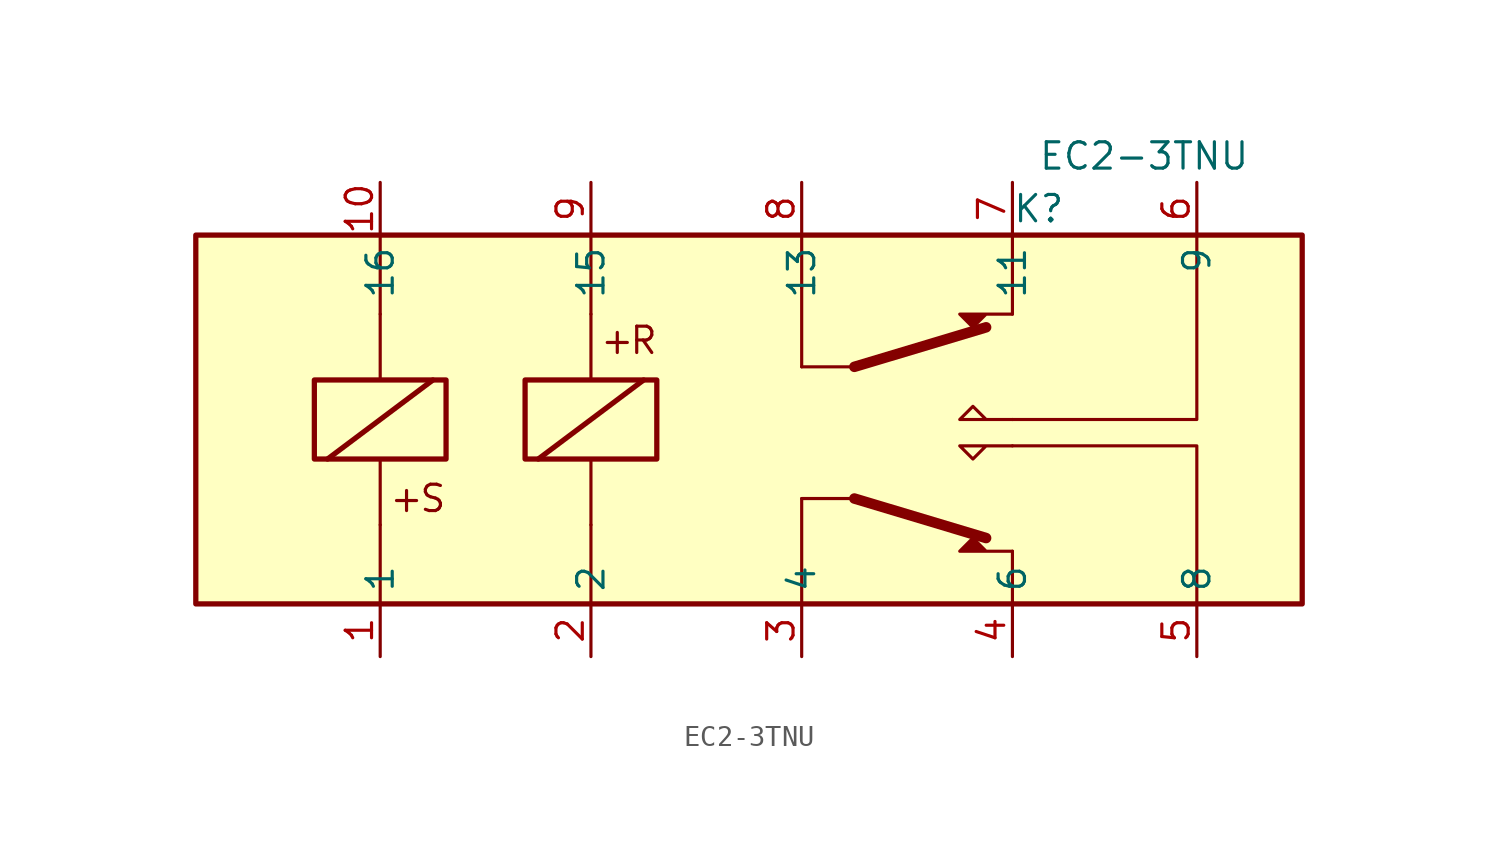
<source format=kicad_sym>
(kicad_symbol_lib
  (version 20211014)
  (generator kicad_symbol_editor)
  (symbol "EC2-3TNU"
    (property "Reference" "K"
      (at 17.78 8.89 0)
      (effects (font (size 1.27 1.27))))
    (property "Value" "EC2-3TNU"
      (at 22.86 11.43 0)
      (effects (font (size 1.27 1.27))))
    (symbol "EC2-3TNU_0_1"
      (polyline (pts (xy -13.97 -6.35) (xy -13.97 -10.16)) (stroke (width 0.152) (type default) (color 0 0 0 0)) (fill (type none)))
      (polyline (pts (xy -13.97 3.81) (xy -13.97 7.62)) (stroke (width 0.152) (type default) (color 0 0 0 0)) (fill (type none)))
      (polyline (pts (xy -3.81 -6.35) (xy -3.81 -10.16)) (stroke (width 0.152) (type default) (color 0 0 0 0)) (fill (type none)))
      (polyline (pts (xy -3.81 3.81) (xy -3.81 7.62)) (stroke (width 0.152) (type default) (color 0 0 0 0)) (fill (type none)))
      (polyline (pts (xy 6.35 -5.08) (xy 6.35 -10.16)) (stroke (width 0.152) (type default) (color 0 0 0 0)) (fill (type none)))
      (polyline (pts (xy 6.35 1.27) (xy 6.35 5.08)) (stroke (width 0.152) (type default) (color 0 0 0 0)) (fill (type none)))
      (polyline (pts (xy 6.35 5.08) (xy 6.35 7.62)) (stroke (width 0.152) (type default) (color 0 0 0 0)) (fill (type none)))
      (polyline (pts (xy 16.51 -7.62) (xy 16.51 -10.16)) (stroke (width 0.152) (type default) (color 0 0 0 0)) (fill (type none)))
      (polyline (pts (xy 16.51 3.81) (xy 16.51 7.62)) (stroke (width 0.152) (type default) (color 0 0 0 0)) (fill (type none)))
      (polyline (pts (xy 16.51 -1.27) (xy 25.4 -1.27) (xy 25.4 7.62)) (stroke (width 0.152) (type default) (color 0 0 0 0)) (fill (type none)))
      (polyline (pts (xy 25.4 -10.16) (xy 25.4 -2.54) (xy 16.51 -2.54)) (stroke (width 0.152) (type default) (color 0 0 0 0)) (fill (type none))))
    (symbol "EC2-3TNU_1_1"
      (rectangle (start -22.86 7.62) (end 30.48 -10.16) (stroke (width 0.254) (type default) (color 0 0 0 0)) (fill (type background)))
      (rectangle (start -17.145 0.635) (end -10.795 -3.175) (stroke (width 0.254) (type default) (color 0 0 0 0)) (fill (type none)))
      (rectangle (start -6.985 0.635) (end -0.635 -3.175) (stroke (width 0.254) (type default) (color 0 0 0 0)) (fill (type none)))
      (polyline (pts (xy -16.51 -3.175) (xy -11.43 0.635)) (stroke (width 0.254) (type default) (color 0 0 0 0)) (fill (type none)))
      (polyline (pts (xy -13.97 -6.35) (xy -13.97 -3.175)) (stroke (width 0) (type default) (color 0 0 0 0)) (fill (type none)))
      (polyline (pts (xy -13.97 3.81) (xy -13.97 0.635)) (stroke (width 0) (type default) (color 0 0 0 0)) (fill (type none)))
      (polyline (pts (xy -6.35 -3.175) (xy -1.27 0.635)) (stroke (width 0.254) (type default) (color 0 0 0 0)) (fill (type none)))
      (polyline (pts (xy -3.81 -6.35) (xy -3.81 -3.175)) (stroke (width 0) (type default) (color 0 0 0 0)) (fill (type none)))
      (polyline (pts (xy -3.81 3.81) (xy -3.81 0.635)) (stroke (width 0) (type default) (color 0 0 0 0)) (fill (type none)))
      (polyline (pts (xy 8.89 -5.08) (xy 6.35 -5.08)) (stroke (width 0) (type default) (color 0 0 0 0)) (fill (type none)))
      (polyline (pts (xy 8.89 -5.08) (xy 15.24 -6.985)) (stroke (width 0.508) (type default) (color 0 0 0 0)) (fill (type none)))
      (polyline (pts (xy 8.89 1.27) (xy 6.35 1.27)) (stroke (width 0) (type default) (color 0 0 0 0)) (fill (type none)))
      (polyline (pts (xy 8.89 1.27) (xy 15.24 3.175)) (stroke (width 0.508) (type default) (color 0 0 0 0)) (fill (type none)))
      (polyline (pts (xy 16.51 -7.62) (xy 13.97 -7.62) (xy 14.605 -6.985) (xy 15.24 -7.62)) (stroke (width 0) (type default) (color 0 0 0 0)) (fill (type outline)))
      (polyline (pts (xy 16.51 -2.54) (xy 13.97 -2.54) (xy 14.605 -3.175) (xy 15.24 -2.54)) (stroke (width 0) (type default) (color 0 0 0 0)) (fill (type none)))
      (polyline (pts (xy 16.51 -1.27) (xy 13.97 -1.27) (xy 14.605 -0.635) (xy 15.24 -1.27)) (stroke (width 0) (type default) (color 0 0 0 0)) (fill (type none)))
      (polyline (pts (xy 16.51 3.81) (xy 13.97 3.81) (xy 14.605 3.175) (xy 15.24 3.81)) (stroke (width 0) (type default) (color 0 0 0 0)) (fill (type outline)))
      (text "+" (at -12.7 -5.08 0) (effects (font (size 1.27 1.27))))
      (text "+" (at -2.54 2.54 0) (effects (font (size 1.27 1.27))))
      (text "R" (at -1.27 2.54 0) (effects (font (size 1.27 1.27))))
      (text "S" (at -11.43 -5.08 0) (effects (font (size 1.27 1.27))))
      (pin passive line (at -13.97 -12.7 90) (length 2.54) (name "1" (effects (font (size 1.27 1.27)))) (number "1" (effects (font (size 1.27 1.27)))))
      (pin passive line (at -13.97 10.16 270) (length 2.54) (name "16" (effects (font (size 1.27 1.27)))) (number "10" (effects (font (size 1.27 1.27)))))
      (pin passive line (at -3.81 -12.7 90) (length 2.54) (name "2" (effects (font (size 1.27 1.27)))) (number "2" (effects (font (size 1.27 1.27)))))
      (pin passive line (at 6.35 -12.7 90) (length 2.54) (name "4" (effects (font (size 1.27 1.27)))) (number "3" (effects (font (size 1.27 1.27)))))
      (pin passive line (at 16.51 -12.7 90) (length 2.54) (name "6" (effects (font (size 1.27 1.27)))) (number "4" (effects (font (size 1.27 1.27)))))
      (pin passive line (at 25.4 -12.7 90) (length 2.54) (name "8" (effects (font (size 1.27 1.27)))) (number "5" (effects (font (size 1.27 1.27)))))
      (pin passive line (at 25.4 10.16 270) (length 2.54) (name "9" (effects (font (size 1.27 1.27)))) (number "6" (effects (font (size 1.27 1.27)))))
      (pin passive line (at 16.51 10.16 270) (length 2.54) (name "11" (effects (font (size 1.27 1.27)))) (number "7" (effects (font (size 1.27 1.27)))))
      (pin passive line (at 6.35 10.16 270) (length 2.54) (name "13" (effects (font (size 1.27 1.27)))) (number "8" (effects (font (size 1.27 1.27)))))
      (pin passive line (at -3.81 10.16 270) (length 2.54) (name "15" (effects (font (size 1.27 1.27)))) (number "9" (effects (font (size 1.27 1.27))))))))
</source>
